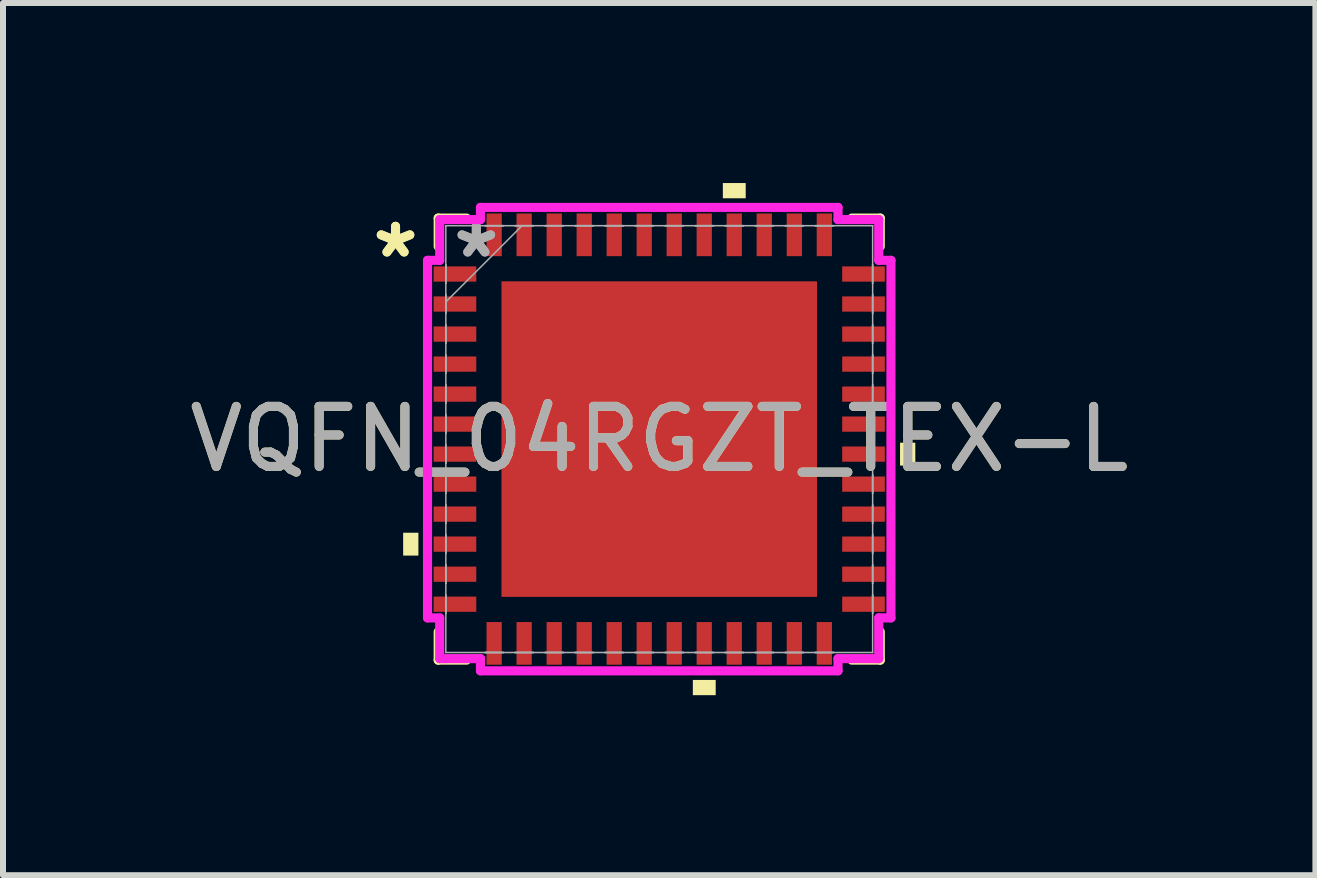
<source format=kicad_pcb>
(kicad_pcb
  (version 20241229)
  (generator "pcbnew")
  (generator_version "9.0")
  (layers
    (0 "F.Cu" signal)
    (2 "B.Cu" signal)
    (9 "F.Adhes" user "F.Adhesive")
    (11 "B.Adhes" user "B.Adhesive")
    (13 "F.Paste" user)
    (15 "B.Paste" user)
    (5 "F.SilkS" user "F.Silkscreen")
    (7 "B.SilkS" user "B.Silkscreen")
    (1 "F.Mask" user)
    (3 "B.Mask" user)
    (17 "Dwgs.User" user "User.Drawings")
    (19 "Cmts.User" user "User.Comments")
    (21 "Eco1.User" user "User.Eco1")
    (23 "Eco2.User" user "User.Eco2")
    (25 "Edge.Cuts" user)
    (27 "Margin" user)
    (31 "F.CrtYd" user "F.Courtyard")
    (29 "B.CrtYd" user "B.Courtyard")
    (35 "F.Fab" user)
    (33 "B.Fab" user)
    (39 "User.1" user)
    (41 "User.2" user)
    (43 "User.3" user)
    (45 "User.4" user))
  (footprint "VQFN_04RGZT_TEX-L"
    (layer "F.Cu")
    (at 7.935 4.267)
    (property "Reference" "VQFN_04RGZT_TEX-L" (at 0 0 0) (unlocked yes) (layer "F.SilkS") (effects (font (size 1 1) (thickness 0.15))))
    (attr smd)
    (fp_line (start -3.683 -3.683) (end -3.683 -3.21) (stroke (width 0.152) (type solid)) (layer "F.SilkS"))
    (fp_line (start -3.683 3.21) (end -3.683 3.683) (stroke (width 0.152) (type solid)) (layer "F.SilkS"))
    (fp_line (start -3.683 3.683) (end -3.21 3.683) (stroke (width 0.152) (type solid)) (layer "F.SilkS"))
    (fp_line (start -3.21 -3.683) (end -3.683 -3.683) (stroke (width 0.152) (type solid)) (layer "F.SilkS"))
    (fp_line (start 3.21 3.683) (end 3.683 3.683) (stroke (width 0.152) (type solid)) (layer "F.SilkS"))
    (fp_line (start 3.683 -3.683) (end 3.21 -3.683) (stroke (width 0.152) (type solid)) (layer "F.SilkS"))
    (fp_line (start 3.683 -3.21) (end 3.683 -3.683) (stroke (width 0.152) (type solid)) (layer "F.SilkS"))
    (fp_line (start 3.683 3.683) (end 3.683 3.21) (stroke (width 0.152) (type solid)) (layer "F.SilkS"))
    (fp_poly (pts (xy -4.267 1.56) (xy -4.267 1.941) (xy -4.013 1.941) (xy -4.013 1.56)) (stroke (width 0) (type solid)) (fill yes) (layer "F.SilkS"))
    (fp_poly (pts (xy 0.56 4.013) (xy 0.56 4.267) (xy 0.941 4.267) (xy 0.941 4.013)) (stroke (width 0) (type solid)) (fill yes) (layer "F.SilkS"))
    (fp_poly (pts (xy 1.06 -4.013) (xy 1.06 -4.267) (xy 1.441 -4.267) (xy 1.441 -4.013)) (stroke (width 0) (type solid)) (fill yes) (layer "F.SilkS"))
    (fp_poly (pts (xy 4.267 0.06) (xy 4.267 0.441) (xy 4.013 0.441) (xy 4.013 0.06)) (stroke (width 0) (type solid)) (fill yes) (layer "F.SilkS"))
    (fp_poly (pts (xy -2.529 -2.529) (xy -2.529 -1.414) (xy -1.414 -1.414) (xy -1.414 -2.529)) (stroke (width 0) (type solid)) (fill yes) (layer "F.Paste"))
    (fp_poly (pts (xy -2.529 -1.214) (xy -2.529 -0.1) (xy -1.414 -0.1) (xy -1.414 -1.214)) (stroke (width 0) (type solid)) (fill yes) (layer "F.Paste"))
    (fp_poly (pts (xy -2.529 0.1) (xy -2.529 1.214) (xy -1.414 1.214) (xy -1.414 0.1)) (stroke (width 0) (type solid)) (fill yes) (layer "F.Paste"))
    (fp_poly (pts (xy -2.529 1.414) (xy -2.529 2.529) (xy -1.414 2.529) (xy -1.414 1.414)) (stroke (width 0) (type solid)) (fill yes) (layer "F.Paste"))
    (fp_poly (pts (xy -1.214 -2.529) (xy -1.214 -1.414) (xy -0.1 -1.414) (xy -0.1 -2.529)) (stroke (width 0) (type solid)) (fill yes) (layer "F.Paste"))
    (fp_poly (pts (xy -1.214 -1.214) (xy -1.214 -0.1) (xy -0.1 -0.1) (xy -0.1 -1.214)) (stroke (width 0) (type solid)) (fill yes) (layer "F.Paste"))
    (fp_poly (pts (xy -1.214 0.1) (xy -1.214 1.214) (xy -0.1 1.214) (xy -0.1 0.1)) (stroke (width 0) (type solid)) (fill yes) (layer "F.Paste"))
    (fp_poly (pts (xy -1.214 1.414) (xy -1.214 2.529) (xy -0.1 2.529) (xy -0.1 1.414)) (stroke (width 0) (type solid)) (fill yes) (layer "F.Paste"))
    (fp_poly (pts (xy 0.1 -2.529) (xy 0.1 -1.414) (xy 1.214 -1.414) (xy 1.214 -2.529)) (stroke (width 0) (type solid)) (fill yes) (layer "F.Paste"))
    (fp_poly (pts (xy 0.1 -1.214) (xy 0.1 -0.1) (xy 1.214 -0.1) (xy 1.214 -1.214)) (stroke (width 0) (type solid)) (fill yes) (layer "F.Paste"))
    (fp_poly (pts (xy 0.1 0.1) (xy 0.1 1.214) (xy 1.214 1.214) (xy 1.214 0.1)) (stroke (width 0) (type solid)) (fill yes) (layer "F.Paste"))
    (fp_poly (pts (xy 0.1 1.414) (xy 0.1 2.529) (xy 1.214 2.529) (xy 1.214 1.414)) (stroke (width 0) (type solid)) (fill yes) (layer "F.Paste"))
    (fp_poly (pts (xy 1.414 -2.529) (xy 1.414 -1.414) (xy 2.529 -1.414) (xy 2.529 -2.529)) (stroke (width 0) (type solid)) (fill yes) (layer "F.Paste"))
    (fp_poly (pts (xy 1.414 -1.214) (xy 1.414 -0.1) (xy 2.529 -0.1) (xy 2.529 -1.214)) (stroke (width 0) (type solid)) (fill yes) (layer "F.Paste"))
    (fp_poly (pts (xy 1.414 0.1) (xy 1.414 1.214) (xy 2.529 1.214) (xy 2.529 0.1)) (stroke (width 0) (type solid)) (fill yes) (layer "F.Paste"))
    (fp_poly (pts (xy 1.414 1.414) (xy 1.414 2.529) (xy 2.529 2.529) (xy 2.529 1.414)) (stroke (width 0) (type solid)) (fill yes) (layer "F.Paste"))
    (fp_line (start -3.861 -2.979) (end -3.658 -2.979) (stroke (width 0.152) (type solid)) (layer "F.CrtYd"))
    (fp_line (start -3.861 2.979) (end -3.861 -2.979) (stroke (width 0.152) (type solid)) (layer "F.CrtYd"))
    (fp_line (start -3.658 -3.658) (end -2.979 -3.658) (stroke (width 0.152) (type solid)) (layer "F.CrtYd"))
    (fp_line (start -3.658 -2.979) (end -3.658 -3.658) (stroke (width 0.152) (type solid)) (layer "F.CrtYd"))
    (fp_line (start -3.658 2.979) (end -3.861 2.979) (stroke (width 0.152) (type solid)) (layer "F.CrtYd"))
    (fp_line (start -3.658 3.658) (end -3.658 2.979) (stroke (width 0.152) (type solid)) (layer "F.CrtYd"))
    (fp_line (start -2.979 -3.861) (end 2.979 -3.861) (stroke (width 0.152) (type solid)) (layer "F.CrtYd"))
    (fp_line (start -2.979 -3.658) (end -2.979 -3.861) (stroke (width 0.152) (type solid)) (layer "F.CrtYd"))
    (fp_line (start -2.979 3.658) (end -3.658 3.658) (stroke (width 0.152) (type solid)) (layer "F.CrtYd"))
    (fp_line (start -2.979 3.861) (end -2.979 3.658) (stroke (width 0.152) (type solid)) (layer "F.CrtYd"))
    (fp_line (start 2.979 -3.861) (end 2.979 -3.658) (stroke (width 0.152) (type solid)) (layer "F.CrtYd"))
    (fp_line (start 2.979 -3.658) (end 3.658 -3.658) (stroke (width 0.152) (type solid)) (layer "F.CrtYd"))
    (fp_line (start 2.979 3.658) (end 2.979 3.861) (stroke (width 0.152) (type solid)) (layer "F.CrtYd"))
    (fp_line (start 2.979 3.861) (end -2.979 3.861) (stroke (width 0.152) (type solid)) (layer "F.CrtYd"))
    (fp_line (start 3.658 -3.658) (end 3.658 -2.979) (stroke (width 0.152) (type solid)) (layer "F.CrtYd"))
    (fp_line (start 3.658 -2.979) (end 3.861 -2.979) (stroke (width 0.152) (type solid)) (layer "F.CrtYd"))
    (fp_line (start 3.658 2.979) (end 3.658 3.658) (stroke (width 0.152) (type solid)) (layer "F.CrtYd"))
    (fp_line (start 3.658 3.658) (end 2.979 3.658) (stroke (width 0.152) (type solid)) (layer "F.CrtYd"))
    (fp_line (start 3.861 -2.979) (end 3.861 2.979) (stroke (width 0.152) (type solid)) (layer "F.CrtYd"))
    (fp_line (start 3.861 2.979) (end 3.658 2.979) (stroke (width 0.152) (type solid)) (layer "F.CrtYd"))
    (fp_line (start -3.556 -3.556) (end -3.556 -3.556) (stroke (width 0.025) (type solid)) (layer "F.Fab"))
    (fp_line (start -3.556 -3.556) (end -3.556 3.556) (stroke (width 0.025) (type solid)) (layer "F.Fab"))
    (fp_line (start -3.556 -2.903) (end -3.556 -2.903) (stroke (width 0.025) (type solid)) (layer "F.Fab"))
    (fp_line (start -3.556 -2.903) (end -3.556 -2.598) (stroke (width 0.025) (type solid)) (layer "F.Fab"))
    (fp_line (start -3.556 -2.598) (end -3.556 -2.903) (stroke (width 0.025) (type solid)) (layer "F.Fab"))
    (fp_line (start -3.556 -2.598) (end -3.556 -2.598) (stroke (width 0.025) (type solid)) (layer "F.Fab"))
    (fp_line (start -3.556 -2.403) (end -3.556 -2.403) (stroke (width 0.025) (type solid)) (layer "F.Fab"))
    (fp_line (start -3.556 -2.403) (end -3.556 -2.098) (stroke (width 0.025) (type solid)) (layer "F.Fab"))
    (fp_line (start -3.556 -2.286) (end -2.286 -3.556) (stroke (width 0.025) (type solid)) (layer "F.Fab"))
    (fp_line (start -3.556 -2.098) (end -3.556 -2.403) (stroke (width 0.025) (type solid)) (layer "F.Fab"))
    (fp_line (start -3.556 -2.098) (end -3.556 -2.098) (stroke (width 0.025) (type solid)) (layer "F.Fab"))
    (fp_line (start -3.556 -1.903) (end -3.556 -1.903) (stroke (width 0.025) (type solid)) (layer "F.Fab"))
    (fp_line (start -3.556 -1.903) (end -3.556 -1.598) (stroke (width 0.025) (type solid)) (layer "F.Fab"))
    (fp_line (start -3.556 -1.598) (end -3.556 -1.903) (stroke (width 0.025) (type solid)) (layer "F.Fab"))
    (fp_line (start -3.556 -1.598) (end -3.556 -1.598) (stroke (width 0.025) (type solid)) (layer "F.Fab"))
    (fp_line (start -3.556 -1.403) (end -3.556 -1.403) (stroke (width 0.025) (type solid)) (layer "F.Fab"))
    (fp_line (start -3.556 -1.403) (end -3.556 -1.098) (stroke (width 0.025) (type solid)) (layer "F.Fab"))
    (fp_line (start -3.556 -1.098) (end -3.556 -1.403) (stroke (width 0.025) (type solid)) (layer "F.Fab"))
    (fp_line (start -3.556 -1.098) (end -3.556 -1.098) (stroke (width 0.025) (type solid)) (layer "F.Fab"))
    (fp_line (start -3.556 -0.903) (end -3.556 -0.903) (stroke (width 0.025) (type solid)) (layer "F.Fab"))
    (fp_line (start -3.556 -0.903) (end -3.556 -0.598) (stroke (width 0.025) (type solid)) (layer "F.Fab"))
    (fp_line (start -3.556 -0.598) (end -3.556 -0.903) (stroke (width 0.025) (type solid)) (layer "F.Fab"))
    (fp_line (start -3.556 -0.598) (end -3.556 -0.598) (stroke (width 0.025) (type solid)) (layer "F.Fab"))
    (fp_line (start -3.556 -0.402) (end -3.556 -0.402) (stroke (width 0.025) (type solid)) (layer "F.Fab"))
    (fp_line (start -3.556 -0.402) (end -3.556 -0.098) (stroke (width 0.025) (type solid)) (layer "F.Fab"))
    (fp_line (start -3.556 -0.098) (end -3.556 -0.402) (stroke (width 0.025) (type solid)) (layer "F.Fab"))
    (fp_line (start -3.556 -0.098) (end -3.556 -0.098) (stroke (width 0.025) (type solid)) (layer "F.Fab"))
    (fp_line (start -3.556 0.098) (end -3.556 0.098) (stroke (width 0.025) (type solid)) (layer "F.Fab"))
    (fp_line (start -3.556 0.098) (end -3.556 0.402) (stroke (width 0.025) (type solid)) (layer "F.Fab"))
    (fp_line (start -3.556 0.402) (end -3.556 0.098) (stroke (width 0.025) (type solid)) (layer "F.Fab"))
    (fp_line (start -3.556 0.402) (end -3.556 0.402) (stroke (width 0.025) (type solid)) (layer "F.Fab"))
    (fp_line (start -3.556 0.598) (end -3.556 0.598) (stroke (width 0.025) (type solid)) (layer "F.Fab"))
    (fp_line (start -3.556 0.598) (end -3.556 0.903) (stroke (width 0.025) (type solid)) (layer "F.Fab"))
    (fp_line (start -3.556 0.903) (end -3.556 0.598) (stroke (width 0.025) (type solid)) (layer "F.Fab"))
    (fp_line (start -3.556 0.903) (end -3.556 0.903) (stroke (width 0.025) (type solid)) (layer "F.Fab"))
    (fp_line (start -3.556 1.098) (end -3.556 1.098) (stroke (width 0.025) (type solid)) (layer "F.Fab"))
    (fp_line (start -3.556 1.098) (end -3.556 1.403) (stroke (width 0.025) (type solid)) (layer "F.Fab"))
    (fp_line (start -3.556 1.403) (end -3.556 1.098) (stroke (width 0.025) (type solid)) (layer "F.Fab"))
    (fp_line (start -3.556 1.403) (end -3.556 1.403) (stroke (width 0.025) (type solid)) (layer "F.Fab"))
    (fp_line (start -3.556 1.598) (end -3.556 1.598) (stroke (width 0.025) (type solid)) (layer "F.Fab"))
    (fp_line (start -3.556 1.598) (end -3.556 1.903) (stroke (width 0.025) (type solid)) (layer "F.Fab"))
    (fp_line (start -3.556 1.903) (end -3.556 1.598) (stroke (width 0.025) (type solid)) (layer "F.Fab"))
    (fp_line (start -3.556 1.903) (end -3.556 1.903) (stroke (width 0.025) (type solid)) (layer "F.Fab"))
    (fp_line (start -3.556 2.098) (end -3.556 2.098) (stroke (width 0.025) (type solid)) (layer "F.Fab"))
    (fp_line (start -3.556 2.098) (end -3.556 2.403) (stroke (width 0.025) (type solid)) (layer "F.Fab"))
    (fp_line (start -3.556 2.403) (end -3.556 2.098) (stroke (width 0.025) (type solid)) (layer "F.Fab"))
    (fp_line (start -3.556 2.403) (end -3.556 2.403) (stroke (width 0.025) (type solid)) (layer "F.Fab"))
    (fp_line (start -3.556 2.598) (end -3.556 2.598) (stroke (width 0.025) (type solid)) (layer "F.Fab"))
    (fp_line (start -3.556 2.598) (end -3.556 2.903) (stroke (width 0.025) (type solid)) (layer "F.Fab"))
    (fp_line (start -3.556 2.903) (end -3.556 2.598) (stroke (width 0.025) (type solid)) (layer "F.Fab"))
    (fp_line (start -3.556 2.903) (end -3.556 2.903) (stroke (width 0.025) (type solid)) (layer "F.Fab"))
    (fp_line (start -3.556 3.556) (end -3.556 3.556) (stroke (width 0.025) (type solid)) (layer "F.Fab"))
    (fp_line (start -3.556 3.556) (end 3.556 3.556) (stroke (width 0.025) (type solid)) (layer "F.Fab"))
    (fp_line (start -2.903 -3.556) (end -2.903 -3.556) (stroke (width 0.025) (type solid)) (layer "F.Fab"))
    (fp_line (start -2.903 -3.556) (end -2.598 -3.556) (stroke (width 0.025) (type solid)) (layer "F.Fab"))
    (fp_line (start -2.903 3.556) (end -2.903 3.556) (stroke (width 0.025) (type solid)) (layer "F.Fab"))
    (fp_line (start -2.903 3.556) (end -2.598 3.556) (stroke (width 0.025) (type solid)) (layer "F.Fab"))
    (fp_line (start -2.598 -3.556) (end -2.903 -3.556) (stroke (width 0.025) (type solid)) (layer "F.Fab"))
    (fp_line (start -2.598 -3.556) (end -2.598 -3.556) (stroke (width 0.025) (type solid)) (layer "F.Fab"))
    (fp_line (start -2.598 3.556) (end -2.903 3.556) (stroke (width 0.025) (type solid)) (layer "F.Fab"))
    (fp_line (start -2.598 3.556) (end -2.598 3.556) (stroke (width 0.025) (type solid)) (layer "F.Fab"))
    (fp_line (start -2.403 -3.556) (end -2.403 -3.556) (stroke (width 0.025) (type solid)) (layer "F.Fab"))
    (fp_line (start -2.403 -3.556) (end -2.098 -3.556) (stroke (width 0.025) (type solid)) (layer "F.Fab"))
    (fp_line (start -2.403 3.556) (end -2.403 3.556) (stroke (width 0.025) (type solid)) (layer "F.Fab"))
    (fp_line (start -2.403 3.556) (end -2.098 3.556) (stroke (width 0.025) (type solid)) (layer "F.Fab"))
    (fp_line (start -2.098 -3.556) (end -2.403 -3.556) (stroke (width 0.025) (type solid)) (layer "F.Fab"))
    (fp_line (start -2.098 -3.556) (end -2.098 -3.556) (stroke (width 0.025) (type solid)) (layer "F.Fab"))
    (fp_line (start -2.098 3.556) (end -2.403 3.556) (stroke (width 0.025) (type solid)) (layer "F.Fab"))
    (fp_line (start -2.098 3.556) (end -2.098 3.556) (stroke (width 0.025) (type solid)) (layer "F.Fab"))
    (fp_line (start -1.903 -3.556) (end -1.903 -3.556) (stroke (width 0.025) (type solid)) (layer "F.Fab"))
    (fp_line (start -1.903 -3.556) (end -1.598 -3.556) (stroke (width 0.025) (type solid)) (layer "F.Fab"))
    (fp_line (start -1.903 3.556) (end -1.903 3.556) (stroke (width 0.025) (type solid)) (layer "F.Fab"))
    (fp_line (start -1.903 3.556) (end -1.598 3.556) (stroke (width 0.025) (type solid)) (layer "F.Fab"))
    (fp_line (start -1.598 -3.556) (end -1.903 -3.556) (stroke (width 0.025) (type solid)) (layer "F.Fab"))
    (fp_line (start -1.598 -3.556) (end -1.598 -3.556) (stroke (width 0.025) (type solid)) (layer "F.Fab"))
    (fp_line (start -1.598 3.556) (end -1.903 3.556) (stroke (width 0.025) (type solid)) (layer "F.Fab"))
    (fp_line (start -1.598 3.556) (end -1.598 3.556) (stroke (width 0.025) (type solid)) (layer "F.Fab"))
    (fp_line (start -1.403 -3.556) (end -1.403 -3.556) (stroke (width 0.025) (type solid)) (layer "F.Fab"))
    (fp_line (start -1.403 -3.556) (end -1.098 -3.556) (stroke (width 0.025) (type solid)) (layer "F.Fab"))
    (fp_line (start -1.403 3.556) (end -1.403 3.556) (stroke (width 0.025) (type solid)) (layer "F.Fab"))
    (fp_line (start -1.403 3.556) (end -1.098 3.556) (stroke (width 0.025) (type solid)) (layer "F.Fab"))
    (fp_line (start -1.098 -3.556) (end -1.403 -3.556) (stroke (width 0.025) (type solid)) (layer "F.Fab"))
    (fp_line (start -1.098 -3.556) (end -1.098 -3.556) (stroke (width 0.025) (type solid)) (layer "F.Fab"))
    (fp_line (start -1.098 3.556) (end -1.403 3.556) (stroke (width 0.025) (type solid)) (layer "F.Fab"))
    (fp_line (start -1.098 3.556) (end -1.098 3.556) (stroke (width 0.025) (type solid)) (layer "F.Fab"))
    (fp_line (start -0.903 -3.556) (end -0.903 -3.556) (stroke (width 0.025) (type solid)) (layer "F.Fab"))
    (fp_line (start -0.903 -3.556) (end -0.598 -3.556) (stroke (width 0.025) (type solid)) (layer "F.Fab"))
    (fp_line (start -0.903 3.556) (end -0.903 3.556) (stroke (width 0.025) (type solid)) (layer "F.Fab"))
    (fp_line (start -0.903 3.556) (end -0.598 3.556) (stroke (width 0.025) (type solid)) (layer "F.Fab"))
    (fp_line (start -0.598 -3.556) (end -0.903 -3.556) (stroke (width 0.025) (type solid)) (layer "F.Fab"))
    (fp_line (start -0.598 -3.556) (end -0.598 -3.556) (stroke (width 0.025) (type solid)) (layer "F.Fab"))
    (fp_line (start -0.598 3.556) (end -0.903 3.556) (stroke (width 0.025) (type solid)) (layer "F.Fab"))
    (fp_line (start -0.598 3.556) (end -0.598 3.556) (stroke (width 0.025) (type solid)) (layer "F.Fab"))
    (fp_line (start -0.402 -3.556) (end -0.402 -3.556) (stroke (width 0.025) (type solid)) (layer "F.Fab"))
    (fp_line (start -0.402 -3.556) (end -0.098 -3.556) (stroke (width 0.025) (type solid)) (layer "F.Fab"))
    (fp_line (start -0.402 3.556) (end -0.402 3.556) (stroke (width 0.025) (type solid)) (layer "F.Fab"))
    (fp_line (start -0.402 3.556) (end -0.098 3.556) (stroke (width 0.025) (type solid)) (layer "F.Fab"))
    (fp_line (start -0.098 -3.556) (end -0.402 -3.556) (stroke (width 0.025) (type solid)) (layer "F.Fab"))
    (fp_line (start -0.098 -3.556) (end -0.098 -3.556) (stroke (width 0.025) (type solid)) (layer "F.Fab"))
    (fp_line (start -0.098 3.556) (end -0.402 3.556) (stroke (width 0.025) (type solid)) (layer "F.Fab"))
    (fp_line (start -0.098 3.556) (end -0.098 3.556) (stroke (width 0.025) (type solid)) (layer "F.Fab"))
    (fp_line (start 0.098 -3.556) (end 0.098 -3.556) (stroke (width 0.025) (type solid)) (layer "F.Fab"))
    (fp_line (start 0.098 -3.556) (end 0.402 -3.556) (stroke (width 0.025) (type solid)) (layer "F.Fab"))
    (fp_line (start 0.098 3.556) (end 0.098 3.556) (stroke (width 0.025) (type solid)) (layer "F.Fab"))
    (fp_line (start 0.098 3.556) (end 0.402 3.556) (stroke (width 0.025) (type solid)) (layer "F.Fab"))
    (fp_line (start 0.402 -3.556) (end 0.098 -3.556) (stroke (width 0.025) (type solid)) (layer "F.Fab"))
    (fp_line (start 0.402 -3.556) (end 0.402 -3.556) (stroke (width 0.025) (type solid)) (layer "F.Fab"))
    (fp_line (start 0.402 3.556) (end 0.098 3.556) (stroke (width 0.025) (type solid)) (layer "F.Fab"))
    (fp_line (start 0.402 3.556) (end 0.402 3.556) (stroke (width 0.025) (type solid)) (layer "F.Fab"))
    (fp_line (start 0.598 -3.556) (end 0.598 -3.556) (stroke (width 0.025) (type solid)) (layer "F.Fab"))
    (fp_line (start 0.598 -3.556) (end 0.903 -3.556) (stroke (width 0.025) (type solid)) (layer "F.Fab"))
    (fp_line (start 0.598 3.556) (end 0.598 3.556) (stroke (width 0.025) (type solid)) (layer "F.Fab"))
    (fp_line (start 0.598 3.556) (end 0.903 3.556) (stroke (width 0.025) (type solid)) (layer "F.Fab"))
    (fp_line (start 0.903 -3.556) (end 0.598 -3.556) (stroke (width 0.025) (type solid)) (layer "F.Fab"))
    (fp_line (start 0.903 -3.556) (end 0.903 -3.556) (stroke (width 0.025) (type solid)) (layer "F.Fab"))
    (fp_line (start 0.903 3.556) (end 0.598 3.556) (stroke (width 0.025) (type solid)) (layer "F.Fab"))
    (fp_line (start 0.903 3.556) (end 0.903 3.556) (stroke (width 0.025) (type solid)) (layer "F.Fab"))
    (fp_line (start 1.098 -3.556) (end 1.098 -3.556) (stroke (width 0.025) (type solid)) (layer "F.Fab"))
    (fp_line (start 1.098 -3.556) (end 1.403 -3.556) (stroke (width 0.025) (type solid)) (layer "F.Fab"))
    (fp_line (start 1.098 3.556) (end 1.098 3.556) (stroke (width 0.025) (type solid)) (layer "F.Fab"))
    (fp_line (start 1.098 3.556) (end 1.403 3.556) (stroke (width 0.025) (type solid)) (layer "F.Fab"))
    (fp_line (start 1.403 -3.556) (end 1.098 -3.556) (stroke (width 0.025) (type solid)) (layer "F.Fab"))
    (fp_line (start 1.403 -3.556) (end 1.403 -3.556) (stroke (width 0.025) (type solid)) (layer "F.Fab"))
    (fp_line (start 1.403 3.556) (end 1.098 3.556) (stroke (width 0.025) (type solid)) (layer "F.Fab"))
    (fp_line (start 1.403 3.556) (end 1.403 3.556) (stroke (width 0.025) (type solid)) (layer "F.Fab"))
    (fp_line (start 1.598 -3.556) (end 1.598 -3.556) (stroke (width 0.025) (type solid)) (layer "F.Fab"))
    (fp_line (start 1.598 -3.556) (end 1.903 -3.556) (stroke (width 0.025) (type solid)) (layer "F.Fab"))
    (fp_line (start 1.598 3.556) (end 1.598 3.556) (stroke (width 0.025) (type solid)) (layer "F.Fab"))
    (fp_line (start 1.598 3.556) (end 1.903 3.556) (stroke (width 0.025) (type solid)) (layer "F.Fab"))
    (fp_line (start 1.903 -3.556) (end 1.598 -3.556) (stroke (width 0.025) (type solid)) (layer "F.Fab"))
    (fp_line (start 1.903 -3.556) (end 1.903 -3.556) (stroke (width 0.025) (type solid)) (layer "F.Fab"))
    (fp_line (start 1.903 3.556) (end 1.598 3.556) (stroke (width 0.025) (type solid)) (layer "F.Fab"))
    (fp_line (start 1.903 3.556) (end 1.903 3.556) (stroke (width 0.025) (type solid)) (layer "F.Fab"))
    (fp_line (start 2.098 -3.556) (end 2.098 -3.556) (stroke (width 0.025) (type solid)) (layer "F.Fab"))
    (fp_line (start 2.098 -3.556) (end 2.403 -3.556) (stroke (width 0.025) (type solid)) (layer "F.Fab"))
    (fp_line (start 2.098 3.556) (end 2.098 3.556) (stroke (width 0.025) (type solid)) (layer "F.Fab"))
    (fp_line (start 2.098 3.556) (end 2.403 3.556) (stroke (width 0.025) (type solid)) (layer "F.Fab"))
    (fp_line (start 2.403 -3.556) (end 2.098 -3.556) (stroke (width 0.025) (type solid)) (layer "F.Fab"))
    (fp_line (start 2.403 -3.556) (end 2.403 -3.556) (stroke (width 0.025) (type solid)) (layer "F.Fab"))
    (fp_line (start 2.403 3.556) (end 2.098 3.556) (stroke (width 0.025) (type solid)) (layer "F.Fab"))
    (fp_line (start 2.403 3.556) (end 2.403 3.556) (stroke (width 0.025) (type solid)) (layer "F.Fab"))
    (fp_line (start 2.598 -3.556) (end 2.598 -3.556) (stroke (width 0.025) (type solid)) (layer "F.Fab"))
    (fp_line (start 2.598 -3.556) (end 2.903 -3.556) (stroke (width 0.025) (type solid)) (layer "F.Fab"))
    (fp_line (start 2.598 3.556) (end 2.598 3.556) (stroke (width 0.025) (type solid)) (layer "F.Fab"))
    (fp_line (start 2.598 3.556) (end 2.903 3.556) (stroke (width 0.025) (type solid)) (layer "F.Fab"))
    (fp_line (start 2.903 -3.556) (end 2.598 -3.556) (stroke (width 0.025) (type solid)) (layer "F.Fab"))
    (fp_line (start 2.903 -3.556) (end 2.903 -3.556) (stroke (width 0.025) (type solid)) (layer "F.Fab"))
    (fp_line (start 2.903 3.556) (end 2.598 3.556) (stroke (width 0.025) (type solid)) (layer "F.Fab"))
    (fp_line (start 2.903 3.556) (end 2.903 3.556) (stroke (width 0.025) (type solid)) (layer "F.Fab"))
    (fp_line (start 3.556 -3.556) (end -3.556 -3.556) (stroke (width 0.025) (type solid)) (layer "F.Fab"))
    (fp_line (start 3.556 -3.556) (end 3.556 -3.556) (stroke (width 0.025) (type solid)) (layer "F.Fab"))
    (fp_line (start 3.556 -2.903) (end 3.556 -2.903) (stroke (width 0.025) (type solid)) (layer "F.Fab"))
    (fp_line (start 3.556 -2.903) (end 3.556 -2.598) (stroke (width 0.025) (type solid)) (layer "F.Fab"))
    (fp_line (start 3.556 -2.598) (end 3.556 -2.903) (stroke (width 0.025) (type solid)) (layer "F.Fab"))
    (fp_line (start 3.556 -2.598) (end 3.556 -2.598) (stroke (width 0.025) (type solid)) (layer "F.Fab"))
    (fp_line (start 3.556 -2.403) (end 3.556 -2.403) (stroke (width 0.025) (type solid)) (layer "F.Fab"))
    (fp_line (start 3.556 -2.403) (end 3.556 -2.098) (stroke (width 0.025) (type solid)) (layer "F.Fab"))
    (fp_line (start 3.556 -2.098) (end 3.556 -2.403) (stroke (width 0.025) (type solid)) (layer "F.Fab"))
    (fp_line (start 3.556 -2.098) (end 3.556 -2.098) (stroke (width 0.025) (type solid)) (layer "F.Fab"))
    (fp_line (start 3.556 -1.903) (end 3.556 -1.903) (stroke (width 0.025) (type solid)) (layer "F.Fab"))
    (fp_line (start 3.556 -1.903) (end 3.556 -1.598) (stroke (width 0.025) (type solid)) (layer "F.Fab"))
    (fp_line (start 3.556 -1.598) (end 3.556 -1.903) (stroke (width 0.025) (type solid)) (layer "F.Fab"))
    (fp_line (start 3.556 -1.598) (end 3.556 -1.598) (stroke (width 0.025) (type solid)) (layer "F.Fab"))
    (fp_line (start 3.556 -1.403) (end 3.556 -1.403) (stroke (width 0.025) (type solid)) (layer "F.Fab"))
    (fp_line (start 3.556 -1.403) (end 3.556 -1.098) (stroke (width 0.025) (type solid)) (layer "F.Fab"))
    (fp_line (start 3.556 -1.098) (end 3.556 -1.403) (stroke (width 0.025) (type solid)) (layer "F.Fab"))
    (fp_line (start 3.556 -1.098) (end 3.556 -1.098) (stroke (width 0.025) (type solid)) (layer "F.Fab"))
    (fp_line (start 3.556 -0.903) (end 3.556 -0.903) (stroke (width 0.025) (type solid)) (layer "F.Fab"))
    (fp_line (start 3.556 -0.903) (end 3.556 -0.598) (stroke (width 0.025) (type solid)) (layer "F.Fab"))
    (fp_line (start 3.556 -0.598) (end 3.556 -0.903) (stroke (width 0.025) (type solid)) (layer "F.Fab"))
    (fp_line (start 3.556 -0.598) (end 3.556 -0.598) (stroke (width 0.025) (type solid)) (layer "F.Fab"))
    (fp_line (start 3.556 -0.402) (end 3.556 -0.402) (stroke (width 0.025) (type solid)) (layer "F.Fab"))
    (fp_line (start 3.556 -0.402) (end 3.556 -0.098) (stroke (width 0.025) (type solid)) (layer "F.Fab"))
    (fp_line (start 3.556 -0.098) (end 3.556 -0.402) (stroke (width 0.025) (type solid)) (layer "F.Fab"))
    (fp_line (start 3.556 -0.098) (end 3.556 -0.098) (stroke (width 0.025) (type solid)) (layer "F.Fab"))
    (fp_line (start 3.556 0.098) (end 3.556 0.098) (stroke (width 0.025) (type solid)) (layer "F.Fab"))
    (fp_line (start 3.556 0.098) (end 3.556 0.402) (stroke (width 0.025) (type solid)) (layer "F.Fab"))
    (fp_line (start 3.556 0.402) (end 3.556 0.098) (stroke (width 0.025) (type solid)) (layer "F.Fab"))
    (fp_line (start 3.556 0.402) (end 3.556 0.402) (stroke (width 0.025) (type solid)) (layer "F.Fab"))
    (fp_line (start 3.556 0.598) (end 3.556 0.598) (stroke (width 0.025) (type solid)) (layer "F.Fab"))
    (fp_line (start 3.556 0.598) (end 3.556 0.903) (stroke (width 0.025) (type solid)) (layer "F.Fab"))
    (fp_line (start 3.556 0.903) (end 3.556 0.598) (stroke (width 0.025) (type solid)) (layer "F.Fab"))
    (fp_line (start 3.556 0.903) (end 3.556 0.903) (stroke (width 0.025) (type solid)) (layer "F.Fab"))
    (fp_line (start 3.556 1.098) (end 3.556 1.098) (stroke (width 0.025) (type solid)) (layer "F.Fab"))
    (fp_line (start 3.556 1.098) (end 3.556 1.403) (stroke (width 0.025) (type solid)) (layer "F.Fab"))
    (fp_line (start 3.556 1.403) (end 3.556 1.098) (stroke (width 0.025) (type solid)) (layer "F.Fab"))
    (fp_line (start 3.556 1.403) (end 3.556 1.403) (stroke (width 0.025) (type solid)) (layer "F.Fab"))
    (fp_line (start 3.556 1.598) (end 3.556 1.598) (stroke (width 0.025) (type solid)) (layer "F.Fab"))
    (fp_line (start 3.556 1.598) (end 3.556 1.903) (stroke (width 0.025) (type solid)) (layer "F.Fab"))
    (fp_line (start 3.556 1.903) (end 3.556 1.598) (stroke (width 0.025) (type solid)) (layer "F.Fab"))
    (fp_line (start 3.556 1.903) (end 3.556 1.903) (stroke (width 0.025) (type solid)) (layer "F.Fab"))
    (fp_line (start 3.556 2.098) (end 3.556 2.098) (stroke (width 0.025) (type solid)) (layer "F.Fab"))
    (fp_line (start 3.556 2.098) (end 3.556 2.403) (stroke (width 0.025) (type solid)) (layer "F.Fab"))
    (fp_line (start 3.556 2.403) (end 3.556 2.098) (stroke (width 0.025) (type solid)) (layer "F.Fab"))
    (fp_line (start 3.556 2.403) (end 3.556 2.403) (stroke (width 0.025) (type solid)) (layer "F.Fab"))
    (fp_line (start 3.556 2.598) (end 3.556 2.598) (stroke (width 0.025) (type solid)) (layer "F.Fab"))
    (fp_line (start 3.556 2.598) (end 3.556 2.903) (stroke (width 0.025) (type solid)) (layer "F.Fab"))
    (fp_line (start 3.556 2.903) (end 3.556 2.598) (stroke (width 0.025) (type solid)) (layer "F.Fab"))
    (fp_line (start 3.556 2.903) (end 3.556 2.903) (stroke (width 0.025) (type solid)) (layer "F.Fab"))
    (fp_line (start 3.556 3.556) (end 3.556 -3.556) (stroke (width 0.025) (type solid)) (layer "F.Fab"))
    (fp_line (start 3.556 3.556) (end 3.556 3.556) (stroke (width 0.025) (type solid)) (layer "F.Fab"))
    (fp_text user "*" (at -4.394 -3.001 0) (layer "F.SilkS") (effects (font (size 1 1) (thickness 0.15))))
    (fp_text user "*" (at -4.394 -3.001 0) (unlocked yes) (layer "F.SilkS") (effects (font (size 1 1) (thickness 0.15))))
    (fp_text user "*" (at -3.048 -3.001 0) (unlocked yes) (layer "F.Fab") (effects (font (size 1 1) (thickness 0.15))))
    (fp_text user "*" (at -3.048 -3.001 0) (layer "F.Fab") (effects (font (size 1 1) (thickness 0.15))))
    (fp_text user "${REFERENCE}" (at 0 0 0) (unlocked yes) (layer "F.Fab") (effects (font (size 1 1) (thickness 0.15))))
    (pad "1" smd rect (at -3.404 -2.751 90) (size 0.254 0.711) (layers "F.Cu" "F.Mask" "F.Paste"))
    (pad "2" smd rect (at -3.404 -2.251 90) (size 0.254 0.711) (layers "F.Cu" "F.Mask" "F.Paste"))
    (pad "3" smd rect (at -3.404 -1.75 90) (size 0.254 0.711) (layers "F.Cu" "F.Mask" "F.Paste"))
    (pad "4" smd rect (at -3.404 -1.25 90) (size 0.254 0.711) (layers "F.Cu" "F.Mask" "F.Paste"))
    (pad "5" smd rect (at -3.404 -0.75 90) (size 0.254 0.711) (layers "F.Cu" "F.Mask" "F.Paste"))
    (pad "6" smd rect (at -3.404 -0.25 90) (size 0.254 0.711) (layers "F.Cu" "F.Mask" "F.Paste"))
    (pad "7" smd rect (at -3.404 0.25 90) (size 0.254 0.711) (layers "F.Cu" "F.Mask" "F.Paste"))
    (pad "8" smd rect (at -3.404 0.75 90) (size 0.254 0.711) (layers "F.Cu" "F.Mask" "F.Paste"))
    (pad "9" smd rect (at -3.404 1.25 90) (size 0.254 0.711) (layers "F.Cu" "F.Mask" "F.Paste"))
    (pad "10" smd rect (at -3.404 1.75 90) (size 0.254 0.711) (layers "F.Cu" "F.Mask" "F.Paste"))
    (pad "11" smd rect (at -3.404 2.251 90) (size 0.254 0.711) (layers "F.Cu" "F.Mask" "F.Paste"))
    (pad "12" smd rect (at -3.404 2.751 90) (size 0.254 0.711) (layers "F.Cu" "F.Mask" "F.Paste"))
    (pad "13" smd rect (at -2.751 3.404) (size 0.254 0.711) (layers "F.Cu" "F.Mask" "F.Paste"))
    (pad "14" smd rect (at -2.251 3.404) (size 0.254 0.711) (layers "F.Cu" "F.Mask" "F.Paste"))
    (pad "15" smd rect (at -1.75 3.404) (size 0.254 0.711) (layers "F.Cu" "F.Mask" "F.Paste"))
    (pad "16" smd rect (at -1.25 3.404) (size 0.254 0.711) (layers "F.Cu" "F.Mask" "F.Paste"))
    (pad "17" smd rect (at -0.75 3.404) (size 0.254 0.711) (layers "F.Cu" "F.Mask" "F.Paste"))
    (pad "18" smd rect (at -0.25 3.404) (size 0.254 0.711) (layers "F.Cu" "F.Mask" "F.Paste"))
    (pad "19" smd rect (at 0.25 3.404) (size 0.254 0.711) (layers "F.Cu" "F.Mask" "F.Paste"))
    (pad "20" smd rect (at 0.75 3.404) (size 0.254 0.711) (layers "F.Cu" "F.Mask" "F.Paste"))
    (pad "21" smd rect (at 1.25 3.404) (size 0.254 0.711) (layers "F.Cu" "F.Mask" "F.Paste"))
    (pad "22" smd rect (at 1.75 3.404) (size 0.254 0.711) (layers "F.Cu" "F.Mask" "F.Paste"))
    (pad "23" smd rect (at 2.251 3.404) (size 0.254 0.711) (layers "F.Cu" "F.Mask" "F.Paste"))
    (pad "24" smd rect (at 2.751 3.404) (size 0.254 0.711) (layers "F.Cu" "F.Mask" "F.Paste"))
    (pad "25" smd rect (at 3.404 2.751 90) (size 0.254 0.711) (layers "F.Cu" "F.Mask" "F.Paste"))
    (pad "26" smd rect (at 3.404 2.251 90) (size 0.254 0.711) (layers "F.Cu" "F.Mask" "F.Paste"))
    (pad "27" smd rect (at 3.404 1.75 90) (size 0.254 0.711) (layers "F.Cu" "F.Mask" "F.Paste"))
    (pad "28" smd rect (at 3.404 1.25 90) (size 0.254 0.711) (layers "F.Cu" "F.Mask" "F.Paste"))
    (pad "29" smd rect (at 3.404 0.75 90) (size 0.254 0.711) (layers "F.Cu" "F.Mask" "F.Paste"))
    (pad "30" smd rect (at 3.404 0.25 90) (size 0.254 0.711) (layers "F.Cu" "F.Mask" "F.Paste"))
    (pad "31" smd rect (at 3.404 -0.25 90) (size 0.254 0.711) (layers "F.Cu" "F.Mask" "F.Paste"))
    (pad "32" smd rect (at 3.404 -0.75 90) (size 0.254 0.711) (layers "F.Cu" "F.Mask" "F.Paste"))
    (pad "33" smd rect (at 3.404 -1.25 90) (size 0.254 0.711) (layers "F.Cu" "F.Mask" "F.Paste"))
    (pad "34" smd rect (at 3.404 -1.75 90) (size 0.254 0.711) (layers "F.Cu" "F.Mask" "F.Paste"))
    (pad "35" smd rect (at 3.404 -2.251 90) (size 0.254 0.711) (layers "F.Cu" "F.Mask" "F.Paste"))
    (pad "36" smd rect (at 3.404 -2.751 90) (size 0.254 0.711) (layers "F.Cu" "F.Mask" "F.Paste"))
    (pad "37" smd rect (at 2.751 -3.404) (size 0.254 0.711) (layers "F.Cu" "F.Mask" "F.Paste"))
    (pad "38" smd rect (at 2.251 -3.404) (size 0.254 0.711) (layers "F.Cu" "F.Mask" "F.Paste"))
    (pad "39" smd rect (at 1.75 -3.404) (size 0.254 0.711) (layers "F.Cu" "F.Mask" "F.Paste"))
    (pad "40" smd rect (at 1.25 -3.404) (size 0.254 0.711) (layers "F.Cu" "F.Mask" "F.Paste"))
    (pad "41" smd rect (at 0.75 -3.404) (size 0.254 0.711) (layers "F.Cu" "F.Mask" "F.Paste"))
    (pad "42" smd rect (at 0.25 -3.404) (size 0.254 0.711) (layers "F.Cu" "F.Mask" "F.Paste"))
    (pad "43" smd rect (at -0.25 -3.404) (size 0.254 0.711) (layers "F.Cu" "F.Mask" "F.Paste"))
    (pad "44" smd rect (at -0.75 -3.404) (size 0.254 0.711) (layers "F.Cu" "F.Mask" "F.Paste"))
    (pad "45" smd rect (at -1.25 -3.404) (size 0.254 0.711) (layers "F.Cu" "F.Mask" "F.Paste"))
    (pad "46" smd rect (at -1.75 -3.404) (size 0.254 0.711) (layers "F.Cu" "F.Mask" "F.Paste"))
    (pad "47" smd rect (at -2.251 -3.404) (size 0.254 0.711) (layers "F.Cu" "F.Mask" "F.Paste"))
    (pad "48" smd rect (at -2.751 -3.404) (size 0.254 0.711) (layers "F.Cu" "F.Mask" "F.Paste"))
    (pad "49" smd rect (at 0 0) (size 5.258 5.258) (layers "F.Cu" "F.Mask")))
  (gr_rect
    (start -3 -3)
    (end 18.869 11.534)
    (stroke (width 0.1) (type default))
    (fill no)
    (layer "Edge.Cuts")))
</source>
